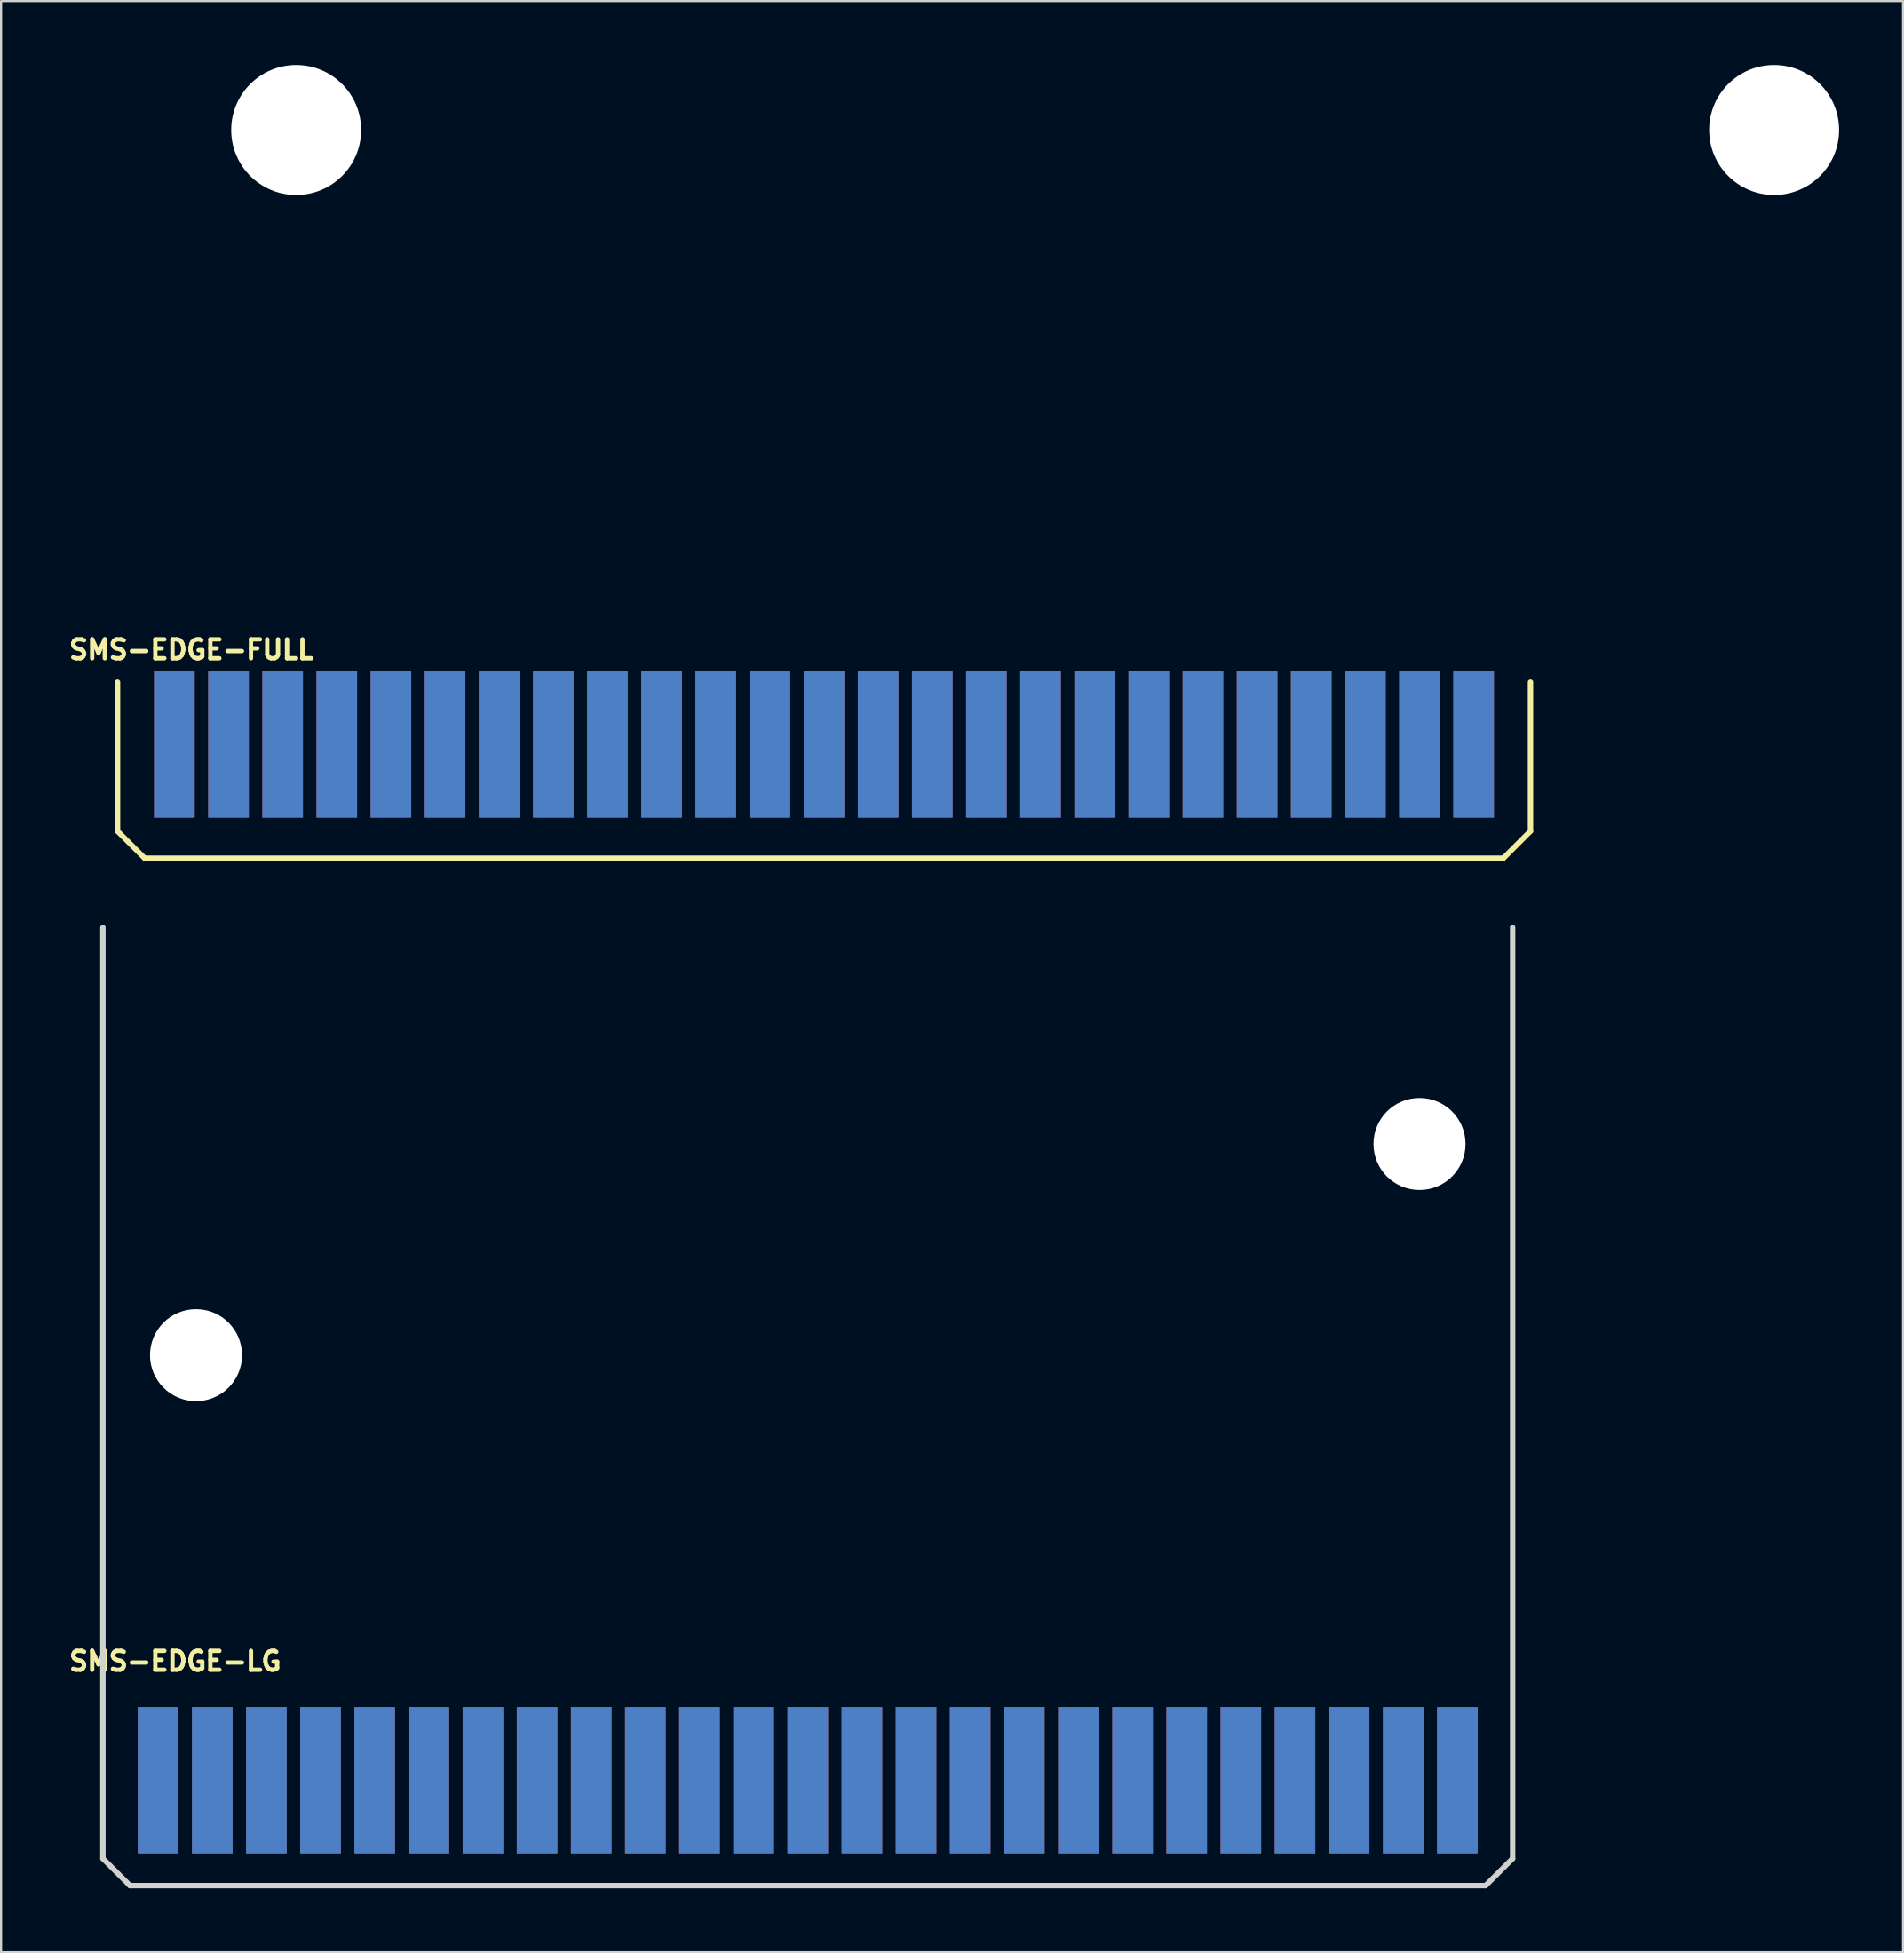
<source format=kicad_pcb>
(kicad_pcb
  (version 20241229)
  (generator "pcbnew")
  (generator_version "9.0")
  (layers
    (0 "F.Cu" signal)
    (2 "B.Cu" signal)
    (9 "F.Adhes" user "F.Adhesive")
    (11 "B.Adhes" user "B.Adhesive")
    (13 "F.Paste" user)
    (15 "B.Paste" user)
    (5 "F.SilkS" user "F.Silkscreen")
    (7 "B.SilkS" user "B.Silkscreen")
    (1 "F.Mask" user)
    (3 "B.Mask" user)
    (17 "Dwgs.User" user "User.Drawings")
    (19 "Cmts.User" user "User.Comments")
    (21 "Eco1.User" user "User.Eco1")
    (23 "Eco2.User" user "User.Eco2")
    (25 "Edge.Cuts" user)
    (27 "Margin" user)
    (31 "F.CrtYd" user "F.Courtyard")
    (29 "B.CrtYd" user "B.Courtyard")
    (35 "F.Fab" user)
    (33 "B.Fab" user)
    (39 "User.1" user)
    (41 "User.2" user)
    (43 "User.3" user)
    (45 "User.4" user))
  (footprint "SMS-EDGE-FULL"
    (layer "F.Cu")
    (at 5.131 32.766)
    (property "Reference" "SMS-EDGE-FULL" (at 0.8 -5.334 0) (layer "F.SilkS") (effects (font (size 0.889 0.889) (thickness 0.203))))
    (attr through_hole)
    (fp_line (start -2.667 -3.81) (end -2.667 3.175) (stroke (width 0.254) (type solid)) (layer "F.SilkS"))
    (fp_line (start -2.667 3.175) (end -1.397 4.445) (stroke (width 0.254) (type solid)) (layer "F.SilkS"))
    (fp_line (start -1.397 4.445) (end 62.357 4.445) (stroke (width 0.254) (type solid)) (layer "F.SilkS"))
    (fp_line (start 62.357 4.445) (end 63.627 3.175) (stroke (width 0.254) (type solid)) (layer "F.SilkS"))
    (fp_line (start 63.627 3.175) (end 63.627 -3.81) (stroke (width 0.254) (type solid)) (layer "F.SilkS"))
    (pad "" np_thru_hole circle (at 5.715 -29.718) (size 6.096 6.096) (drill 6.096) (layers "*.Cu" "*.Mask"))
    (pad "" np_thru_hole circle (at 75.057 -29.718) (size 6.096 6.096) (drill 6.096) (layers "*.Cu" "*.Mask"))
    (pad "1" smd rect (at 60.96 -0.889) (size 1.905 6.858) (layers "B.Cu"))
    (pad "2" smd rect (at 60.96 -0.889) (size 1.905 6.858) (layers "F.Cu"))
    (pad "3" smd rect (at 58.42 -0.889) (size 1.905 6.858) (layers "B.Cu"))
    (pad "4" smd rect (at 58.42 -0.889) (size 1.905 6.858) (layers "F.Cu"))
    (pad "5" smd rect (at 55.88 -0.889) (size 1.905 6.858) (layers "B.Cu"))
    (pad "6" smd rect (at 55.88 -0.889) (size 1.905 6.858) (layers "F.Cu"))
    (pad "7" smd rect (at 53.34 -0.889) (size 1.905 6.858) (layers "B.Cu"))
    (pad "8" smd rect (at 53.34 -0.889) (size 1.905 6.858) (layers "F.Cu"))
    (pad "9" smd rect (at 50.8 -0.889) (size 1.905 6.858) (layers "B.Cu"))
    (pad "10" smd rect (at 50.8 -0.889) (size 1.905 6.858) (layers "F.Cu"))
    (pad "11" smd rect (at 48.26 -0.889) (size 1.905 6.858) (layers "B.Cu"))
    (pad "12" smd rect (at 48.26 -0.889) (size 1.905 6.858) (layers "F.Cu"))
    (pad "13" smd rect (at 45.72 -0.889) (size 1.905 6.858) (layers "B.Cu"))
    (pad "14" smd rect (at 45.72 -0.889) (size 1.905 6.858) (layers "F.Cu"))
    (pad "15" smd rect (at 43.18 -0.889) (size 1.905 6.858) (layers "B.Cu"))
    (pad "16" smd rect (at 43.18 -0.889) (size 1.905 6.858) (layers "F.Cu"))
    (pad "17" smd rect (at 40.64 -0.889) (size 1.905 6.858) (layers "B.Cu"))
    (pad "18" smd rect (at 40.64 -0.889) (size 1.905 6.858) (layers "F.Cu"))
    (pad "19" smd rect (at 38.1 -0.889) (size 1.905 6.858) (layers "B.Cu"))
    (pad "20" smd rect (at 38.1 -0.889) (size 1.905 6.858) (layers "F.Cu"))
    (pad "21" smd rect (at 35.56 -0.889) (size 1.905 6.858) (layers "B.Cu"))
    (pad "22" smd rect (at 35.56 -0.889) (size 1.905 6.858) (layers "F.Cu"))
    (pad "23" smd rect (at 33.02 -0.889) (size 1.905 6.858) (layers "B.Cu"))
    (pad "24" smd rect (at 33.02 -0.889) (size 1.905 6.858) (layers "F.Cu"))
    (pad "25" smd rect (at 30.48 -0.889) (size 1.905 6.858) (layers "B.Cu"))
    (pad "26" smd rect (at 30.48 -0.889) (size 1.905 6.858) (layers "F.Cu"))
    (pad "27" smd rect (at 27.94 -0.889) (size 1.905 6.858) (layers "B.Cu"))
    (pad "28" smd rect (at 27.94 -0.889) (size 1.905 6.858) (layers "F.Cu"))
    (pad "29" smd rect (at 25.4 -0.889) (size 1.905 6.858) (layers "B.Cu"))
    (pad "30" smd rect (at 25.4 -0.889) (size 1.905 6.858) (layers "F.Cu"))
    (pad "31" smd rect (at 22.86 -0.889) (size 1.905 6.858) (layers "B.Cu"))
    (pad "32" smd rect (at 22.86 -0.889) (size 1.905 6.858) (layers "F.Cu"))
    (pad "33" smd rect (at 20.32 -0.889) (size 1.905 6.858) (layers "B.Cu"))
    (pad "34" smd rect (at 20.32 -0.889) (size 1.905 6.858) (layers "F.Cu"))
    (pad "35" smd rect (at 17.78 -0.889) (size 1.905 6.858) (layers "B.Cu"))
    (pad "36" smd rect (at 17.78 -0.889) (size 1.905 6.858) (layers "F.Cu"))
    (pad "37" smd rect (at 15.24 -0.889) (size 1.905 6.858) (layers "B.Cu"))
    (pad "38" smd rect (at 15.24 -0.889) (size 1.905 6.858) (layers "F.Cu"))
    (pad "39" smd rect (at 12.7 -0.889) (size 1.905 6.858) (layers "B.Cu"))
    (pad "40" smd rect (at 12.7 -0.889) (size 1.905 6.858) (layers "F.Cu"))
    (pad "41" smd rect (at 10.16 -0.889) (size 1.905 6.858) (layers "B.Cu"))
    (pad "42" smd rect (at 10.16 -0.889) (size 1.905 6.858) (layers "F.Cu"))
    (pad "43" smd rect (at 7.62 -0.889) (size 1.905 6.858) (layers "B.Cu"))
    (pad "44" smd rect (at 7.62 -0.889) (size 1.905 6.858) (layers "F.Cu"))
    (pad "45" smd rect (at 5.08 -0.889) (size 1.905 6.858) (layers "B.Cu"))
    (pad "46" smd rect (at 5.08 -0.889) (size 1.905 6.858) (layers "F.Cu"))
    (pad "47" smd rect (at 2.54 -0.889) (size 1.905 6.858) (layers "B.Cu"))
    (pad "48" smd rect (at 2.54 -0.889) (size 1.905 6.858) (layers "F.Cu"))
    (pad "49" smd rect (at 0 -0.889) (size 1.905 6.858) (layers "B.Cu"))
    (pad "50" smd rect (at 0 -0.889) (size 1.905 6.858) (layers "F.Cu")))
  (footprint "SMS-EDGE-LG"
    (layer "F.Cu")
    (at 4.369 80.465)
    (property "Reference" "SMS-EDGE-LG" (at 0.8 -5.58 0) (layer "F.SilkS") (effects (font (size 0.889 0.889) (thickness 0.203))))
    (attr through_hole)
    (fp_line (start -2.591 -40) (end -2.591 3.675) (stroke (width 0.254) (type solid)) (layer "Edge.Cuts"))
    (fp_line (start -2.591 3.675) (end -1.321 4.945) (stroke (width 0.254) (type solid)) (layer "Edge.Cuts"))
    (fp_line (start -1.321 4.945) (end 62.281 4.945) (stroke (width 0.254) (type solid)) (layer "Edge.Cuts"))
    (fp_line (start 62.281 4.945) (end 63.551 3.675) (stroke (width 0.254) (type solid)) (layer "Edge.Cuts"))
    (fp_line (start 63.551 3.675) (end 63.551 -40) (stroke (width 0.254) (type solid)) (layer "Edge.Cuts"))
    (pad "" np_thru_hole circle (at 1.778 -19.939) (size 4.318 4.318) (drill 4.318) (layers "*.Cu" "*.Mask"))
    (pad "" np_thru_hole circle (at 59.182 -29.845) (size 4.318 4.318) (drill 4.318) (layers "*.Cu" "*.Mask"))
    (pad "1" smd rect (at 60.96 0) (size 1.905 6.858) (layers "B.Cu"))
    (pad "2" smd rect (at 60.96 0) (size 1.905 6.858) (layers "F.Cu"))
    (pad "3" smd rect (at 58.42 0) (size 1.905 6.858) (layers "B.Cu"))
    (pad "4" smd rect (at 58.42 0) (size 1.905 6.858) (layers "F.Cu"))
    (pad "5" smd rect (at 55.88 0) (size 1.905 6.858) (layers "B.Cu"))
    (pad "6" smd rect (at 55.88 0) (size 1.905 6.858) (layers "F.Cu"))
    (pad "7" smd rect (at 53.34 0) (size 1.905 6.858) (layers "B.Cu"))
    (pad "8" smd rect (at 53.34 0) (size 1.905 6.858) (layers "F.Cu"))
    (pad "9" smd rect (at 50.8 0) (size 1.905 6.858) (layers "B.Cu"))
    (pad "10" smd rect (at 50.8 0) (size 1.905 6.858) (layers "F.Cu"))
    (pad "11" smd rect (at 48.26 0) (size 1.905 6.858) (layers "B.Cu"))
    (pad "12" smd rect (at 48.26 0) (size 1.905 6.858) (layers "F.Cu"))
    (pad "13" smd rect (at 45.72 0) (size 1.905 6.858) (layers "B.Cu"))
    (pad "14" smd rect (at 45.72 0) (size 1.905 6.858) (layers "F.Cu"))
    (pad "15" smd rect (at 43.18 0) (size 1.905 6.858) (layers "B.Cu"))
    (pad "16" smd rect (at 43.18 0) (size 1.905 6.858) (layers "F.Cu"))
    (pad "17" smd rect (at 40.64 0) (size 1.905 6.858) (layers "B.Cu"))
    (pad "18" smd rect (at 40.64 0) (size 1.905 6.858) (layers "F.Cu"))
    (pad "19" smd rect (at 38.1 0) (size 1.905 6.858) (layers "B.Cu"))
    (pad "20" smd rect (at 38.1 0) (size 1.905 6.858) (layers "F.Cu"))
    (pad "21" smd rect (at 35.56 0) (size 1.905 6.858) (layers "B.Cu"))
    (pad "22" smd rect (at 35.56 0) (size 1.905 6.858) (layers "F.Cu"))
    (pad "23" smd rect (at 33.02 0) (size 1.905 6.858) (layers "B.Cu"))
    (pad "24" smd rect (at 33.02 0) (size 1.905 6.858) (layers "F.Cu"))
    (pad "25" smd rect (at 30.48 0) (size 1.905 6.858) (layers "B.Cu"))
    (pad "26" smd rect (at 30.48 0) (size 1.905 6.858) (layers "F.Cu"))
    (pad "27" smd rect (at 27.94 0) (size 1.905 6.858) (layers "B.Cu"))
    (pad "28" smd rect (at 27.94 0) (size 1.905 6.858) (layers "F.Cu"))
    (pad "29" smd rect (at 25.4 0) (size 1.905 6.858) (layers "B.Cu"))
    (pad "30" smd rect (at 25.4 0) (size 1.905 6.858) (layers "F.Cu"))
    (pad "31" smd rect (at 22.86 0) (size 1.905 6.858) (layers "B.Cu"))
    (pad "32" smd rect (at 22.86 0) (size 1.905 6.858) (layers "F.Cu"))
    (pad "33" smd rect (at 20.32 0) (size 1.905 6.858) (layers "B.Cu"))
    (pad "34" smd rect (at 20.32 0) (size 1.905 6.858) (layers "F.Cu"))
    (pad "35" smd rect (at 17.78 0) (size 1.905 6.858) (layers "B.Cu"))
    (pad "36" smd rect (at 17.78 0) (size 1.905 6.858) (layers "F.Cu"))
    (pad "37" smd rect (at 15.24 0) (size 1.905 6.858) (layers "B.Cu"))
    (pad "38" smd rect (at 15.24 0) (size 1.905 6.858) (layers "F.Cu"))
    (pad "39" smd rect (at 12.7 0) (size 1.905 6.858) (layers "B.Cu"))
    (pad "40" smd rect (at 12.7 0) (size 1.905 6.858) (layers "F.Cu"))
    (pad "41" smd rect (at 10.16 0) (size 1.905 6.858) (layers "B.Cu"))
    (pad "42" smd rect (at 10.16 0) (size 1.905 6.858) (layers "F.Cu"))
    (pad "43" smd rect (at 7.62 0) (size 1.905 6.858) (layers "B.Cu"))
    (pad "44" smd rect (at 7.62 0) (size 1.905 6.858) (layers "F.Cu"))
    (pad "45" smd rect (at 5.08 0) (size 1.905 6.858) (layers "B.Cu"))
    (pad "46" smd rect (at 5.08 0) (size 1.905 6.858) (layers "F.Cu"))
    (pad "47" smd rect (at 2.54 0) (size 1.905 6.858) (layers "B.Cu"))
    (pad "48" smd rect (at 2.54 0) (size 1.905 6.858) (layers "F.Cu"))
    (pad "49" smd rect (at 0 0) (size 1.905 6.858) (layers "B.Cu"))
    (pad "50" smd rect (at 0 0) (size 1.905 6.858) (layers "F.Cu")))
  (gr_rect
    (start -3 -3)
    (end 86.236 88.537)
    (stroke (width 0.1) (type default))
    (fill no)
    (layer "Edge.Cuts")))
</source>
